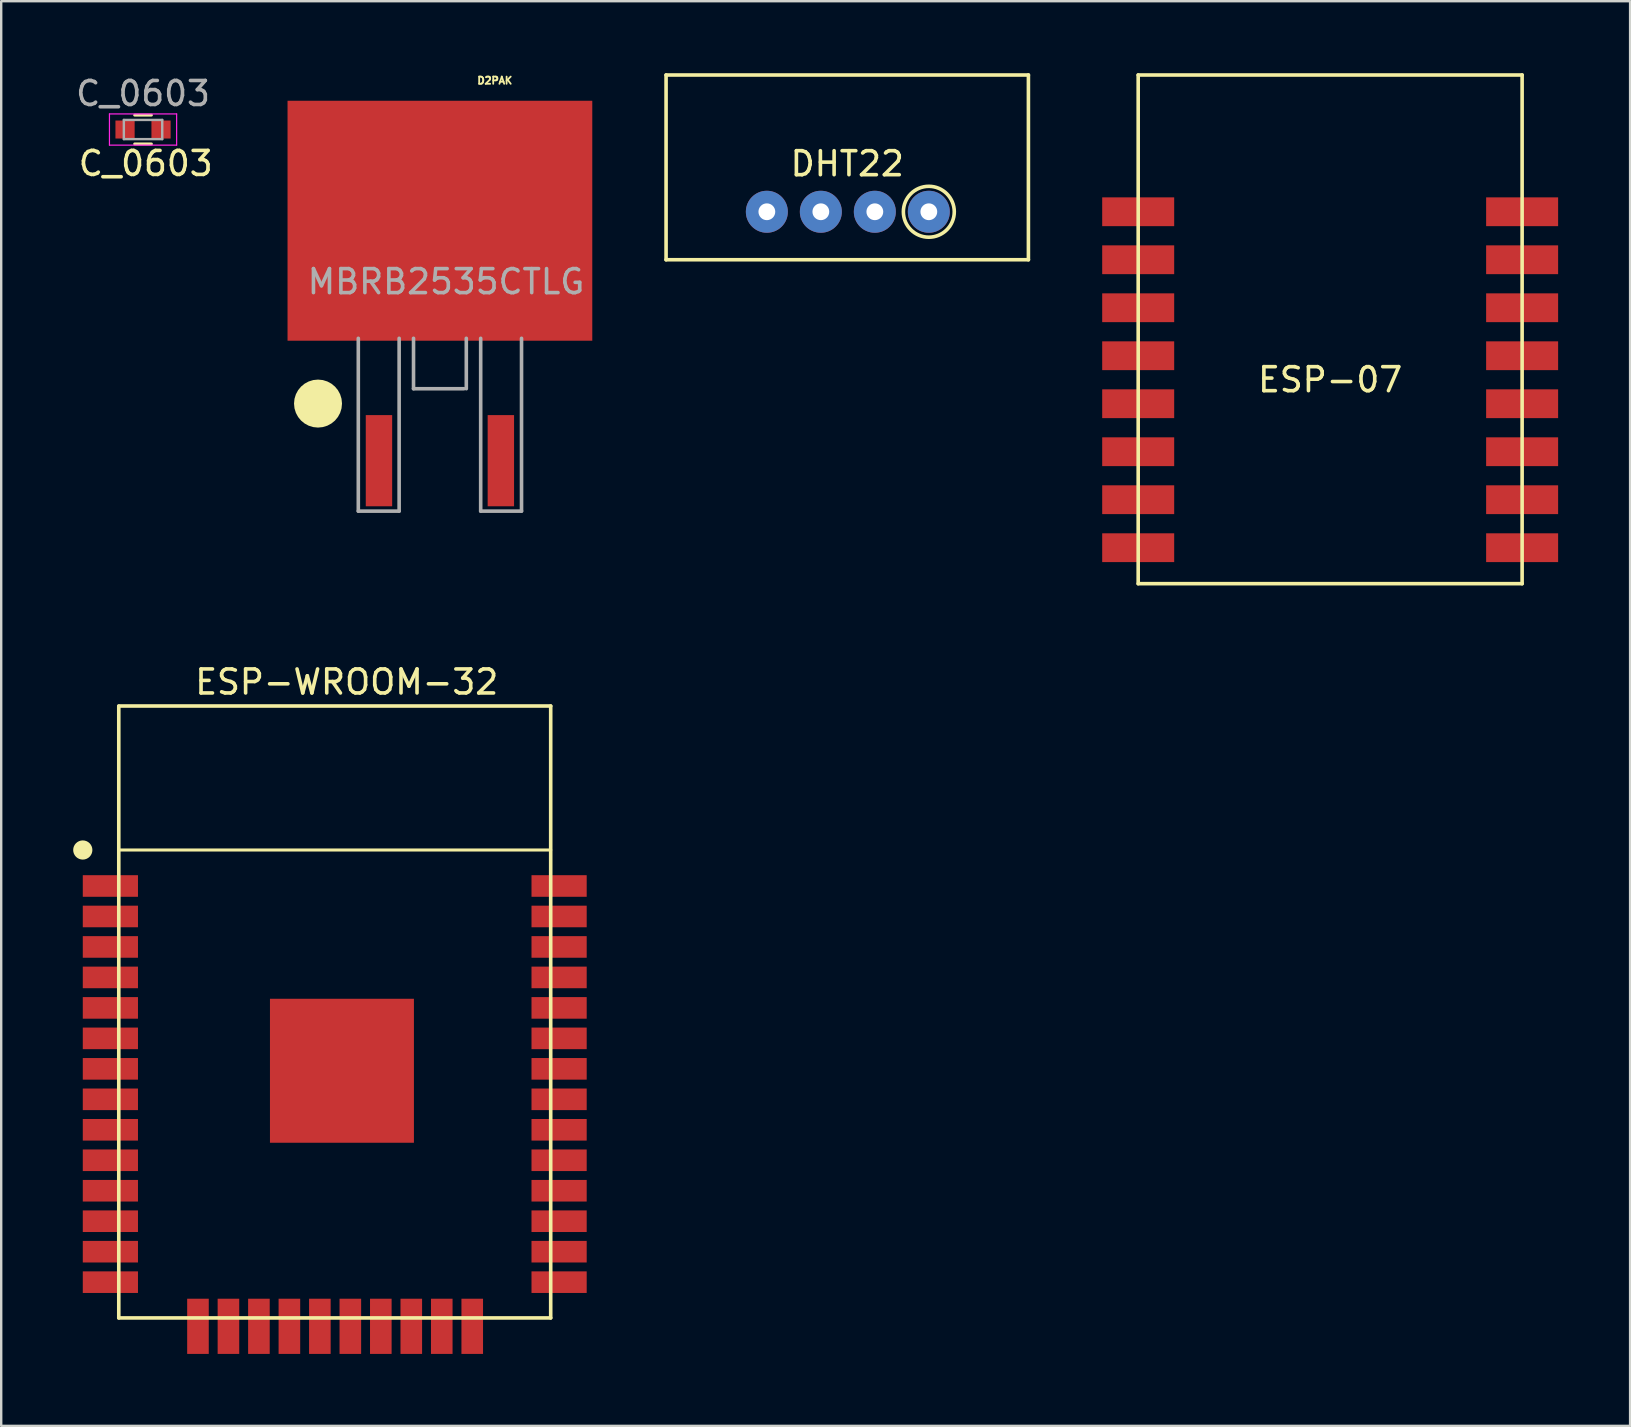
<source format=kicad_pcb>
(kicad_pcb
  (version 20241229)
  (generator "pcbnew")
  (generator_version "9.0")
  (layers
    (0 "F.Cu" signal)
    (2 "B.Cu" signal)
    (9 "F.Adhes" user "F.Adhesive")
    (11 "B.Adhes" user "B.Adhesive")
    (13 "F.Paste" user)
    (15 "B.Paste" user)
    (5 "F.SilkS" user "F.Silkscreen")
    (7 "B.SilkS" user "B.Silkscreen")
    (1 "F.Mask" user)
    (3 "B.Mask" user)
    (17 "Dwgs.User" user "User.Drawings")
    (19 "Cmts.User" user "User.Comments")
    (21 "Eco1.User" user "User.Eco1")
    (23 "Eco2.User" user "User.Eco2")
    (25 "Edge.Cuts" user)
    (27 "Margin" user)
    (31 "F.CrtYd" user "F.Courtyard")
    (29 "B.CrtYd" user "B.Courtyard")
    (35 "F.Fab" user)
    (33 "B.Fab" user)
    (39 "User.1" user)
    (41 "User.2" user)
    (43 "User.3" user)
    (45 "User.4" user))
  (footprint "ESP-WROOM-32"
    (layer "F.Cu")
    (at 1.9 51.873)
    (property "Reference" "ESP-WROOM-32" (at 9.5 -26.5 0) (layer "F.SilkS") (effects (font (size 1 1) (thickness 0.15))))
    (attr through_hole)
    (fp_line (start 0 -25.5) (end 18 -25.5) (stroke (width 0.15) (type solid)) (layer "F.SilkS"))
    (fp_line (start 0 -19.5) (end 18 -19.5) (stroke (width 0.127) (type solid)) (layer "F.SilkS"))
    (fp_line (start 0 0) (end 0 -25.493) (stroke (width 0.15) (type solid)) (layer "F.SilkS"))
    (fp_line (start 18 -25.5) (end 18 0) (stroke (width 0.15) (type solid)) (layer "F.SilkS"))
    (fp_line (start 18 0) (end 0 0) (stroke (width 0.15) (type solid)) (layer "F.SilkS"))
    (fp_circle (center -1.5 -19.5) (end -1.3 -19.5) (stroke (width 0.4) (type solid)) (fill no) (layer "F.SilkS"))
    (pad "1" smd rect (at 0 -18) (size 2.3 0.9) (drill (offset -0.35 0)) (layers "F.Cu" "F.Mask" "F.Paste"))
    (pad "2" smd rect (at 0 -16.73) (size 2.3 0.9) (drill (offset -0.35 0)) (layers "F.Cu" "F.Mask" "F.Paste"))
    (pad "3" smd rect (at 0 -15.46) (size 2.3 0.9) (drill (offset -0.35 0)) (layers "F.Cu" "F.Mask" "F.Paste"))
    (pad "4" smd rect (at 0 -14.19) (size 2.3 0.9) (drill (offset -0.35 0)) (layers "F.Cu" "F.Mask" "F.Paste"))
    (pad "5" smd rect (at 0 -12.92) (size 2.3 0.9) (drill (offset -0.35 0)) (layers "F.Cu" "F.Mask" "F.Paste"))
    (pad "6" smd rect (at 0 -11.65) (size 2.3 0.9) (drill (offset -0.35 0)) (layers "F.Cu" "F.Mask" "F.Paste"))
    (pad "7" smd rect (at 0 -10.38) (size 2.3 0.9) (drill (offset -0.35 0)) (layers "F.Cu" "F.Mask" "F.Paste"))
    (pad "8" smd rect (at 0 -9.11) (size 2.3 0.9) (drill (offset -0.35 0)) (layers "F.Cu" "F.Mask" "F.Paste"))
    (pad "9" smd rect (at 0 -7.84) (size 2.3 0.9) (drill (offset -0.35 0)) (layers "F.Cu" "F.Mask" "F.Paste"))
    (pad "10" smd rect (at 0 -6.57) (size 2.3 0.9) (drill (offset -0.35 0)) (layers "F.Cu" "F.Mask" "F.Paste"))
    (pad "11" smd rect (at 0 -5.3) (size 2.3 0.9) (drill (offset -0.35 0)) (layers "F.Cu" "F.Mask" "F.Paste"))
    (pad "12" smd rect (at 0 -4.03) (size 2.3 0.9) (drill (offset -0.35 0)) (layers "F.Cu" "F.Mask" "F.Paste"))
    (pad "13" smd rect (at 0 -2.76) (size 2.3 0.9) (drill (offset -0.35 0)) (layers "F.Cu" "F.Mask" "F.Paste"))
    (pad "14" smd rect (at 0 -1.49) (size 2.3 0.9) (drill (offset -0.35 0)) (layers "F.Cu" "F.Mask" "F.Paste"))
    (pad "15" smd rect (at 3.3 0 90) (size 2.3 0.9) (drill (offset -0.35 0)) (layers "F.Cu" "F.Mask" "F.Paste"))
    (pad "16" smd rect (at 4.57 0 90) (size 2.3 0.9) (drill (offset -0.35 0)) (layers "F.Cu" "F.Mask" "F.Paste"))
    (pad "17" smd rect (at 5.84 0 90) (size 2.3 0.9) (drill (offset -0.35 0)) (layers "F.Cu" "F.Mask" "F.Paste"))
    (pad "18" smd rect (at 7.11 0 90) (size 2.3 0.9) (drill (offset -0.35 0)) (layers "F.Cu" "F.Mask" "F.Paste"))
    (pad "19" smd rect (at 8.38 0 90) (size 2.3 0.9) (drill (offset -0.35 0)) (layers "F.Cu" "F.Mask" "F.Paste"))
    (pad "20" smd rect (at 9.65 0 90) (size 2.3 0.9) (drill (offset -0.35 0)) (layers "F.Cu" "F.Mask" "F.Paste"))
    (pad "21" smd rect (at 10.92 0 90) (size 2.3 0.9) (drill (offset -0.35 0)) (layers "F.Cu" "F.Mask" "F.Paste"))
    (pad "22" smd rect (at 12.19 0 90) (size 2.3 0.9) (drill (offset -0.35 0)) (layers "F.Cu" "F.Mask" "F.Paste"))
    (pad "23" smd rect (at 13.46 0 90) (size 2.3 0.9) (drill (offset -0.35 0)) (layers "F.Cu" "F.Mask" "F.Paste"))
    (pad "24" smd rect (at 14.73 0 90) (size 2.3 0.9) (drill (offset -0.35 0)) (layers "F.Cu" "F.Mask" "F.Paste"))
    (pad "25" smd rect (at 18 -1.49) (size 2.3 0.9) (drill (offset 0.35 0)) (layers "F.Cu" "F.Mask" "F.Paste"))
    (pad "26" smd rect (at 18 -2.76) (size 2.3 0.9) (drill (offset 0.35 0)) (layers "F.Cu" "F.Mask" "F.Paste"))
    (pad "27" smd rect (at 18 -4.03) (size 2.3 0.9) (drill (offset 0.35 0)) (layers "F.Cu" "F.Mask" "F.Paste"))
    (pad "28" smd rect (at 18 -5.3) (size 2.3 0.9) (drill (offset 0.35 0)) (layers "F.Cu" "F.Mask" "F.Paste"))
    (pad "29" smd rect (at 18 -6.57) (size 2.3 0.9) (drill (offset 0.35 0)) (layers "F.Cu" "F.Mask" "F.Paste"))
    (pad "30" smd rect (at 18 -7.84) (size 2.3 0.9) (drill (offset 0.35 0)) (layers "F.Cu" "F.Mask" "F.Paste"))
    (pad "31" smd rect (at 18 -9.11) (size 2.3 0.9) (drill (offset 0.35 0)) (layers "F.Cu" "F.Mask" "F.Paste"))
    (pad "32" smd rect (at 18 -10.38) (size 2.3 0.9) (drill (offset 0.35 0)) (layers "F.Cu" "F.Mask" "F.Paste"))
    (pad "33" smd rect (at 18 -11.65) (size 2.3 0.9) (drill (offset 0.35 0)) (layers "F.Cu" "F.Mask" "F.Paste"))
    (pad "34" smd rect (at 18 -12.92) (size 2.3 0.9) (drill (offset 0.35 0)) (layers "F.Cu" "F.Mask" "F.Paste"))
    (pad "35" smd rect (at 18 -14.19) (size 2.3 0.9) (drill (offset 0.35 0)) (layers "F.Cu" "F.Mask" "F.Paste"))
    (pad "36" smd rect (at 18 -15.46) (size 2.3 0.9) (drill (offset 0.35 0)) (layers "F.Cu" "F.Mask" "F.Paste"))
    (pad "37" smd rect (at 18 -16.73) (size 2.3 0.9) (drill (offset 0.35 0)) (layers "F.Cu" "F.Mask" "F.Paste"))
    (pad "38" smd rect (at 18 -18) (size 2.3 0.9) (drill (offset 0.35 0)) (layers "F.Cu" "F.Mask" "F.Paste"))
    (pad "39" smd rect (at 9.3 -10.3) (size 6 6) (layers "F.Cu" "F.Mask" "F.Paste")))
  (footprint "DHT22"
    (layer "F.Cu")
    (at 28.908 5.775)
    (property "Reference" "DHT22" (at 3.35 -2 0) (layer "F.SilkS") (effects (font (size 1 1) (thickness 0.15))))
    (attr through_hole)
    (fp_line (start -4.2 -5.7) (end -4.2 2) (stroke (width 0.15) (type solid)) (layer "F.SilkS"))
    (fp_line (start -4.2 -5.7) (end 10.9 -5.7) (stroke (width 0.15) (type solid)) (layer "F.SilkS"))
    (fp_line (start 10.9 -5.7) (end 10.9 2) (stroke (width 0.15) (type solid)) (layer "F.SilkS"))
    (fp_line (start 10.9 2) (end -4.2 2) (stroke (width 0.15) (type solid)) (layer "F.SilkS"))
    (fp_circle (center 6.75 0) (end 6 -0.75) (stroke (width 0.15) (type solid)) (fill no) (layer "F.SilkS"))
    (pad "1" thru_hole circle (at 6.75 0) (size 1.75 1.75) (drill 0.7) (layers "*.Cu" "*.Mask"))
    (pad "2" thru_hole circle (at 4.5 0) (size 1.75 1.75) (drill 0.7) (layers "*.Cu" "*.Mask"))
    (pad "3" thru_hole circle (at 2.25 0) (size 1.75 1.75) (drill 0.7) (layers "*.Cu" "*.Mask"))
    (pad "4" thru_hole circle (at 0 0) (size 1.75 1.75) (drill 0.7) (layers "*.Cu" "*.Mask")))
  (footprint "ESP-07"
    (layer "F.Cu")
    (at 44.383 21.275)
    (property "Reference" "ESP-07" (at 8 -8.5 0) (layer "F.SilkS") (effects (font (size 1 1) (thickness 0.15))))
    (attr through_hole)
    (fp_line (start 0 -21.2) (end 16 -21.2) (stroke (width 0.15) (type solid)) (layer "F.SilkS"))
    (fp_line (start 0 0) (end 0 -21.2) (stroke (width 0.15) (type solid)) (layer "F.SilkS"))
    (fp_line (start 16 -21.2) (end 16 0) (stroke (width 0.15) (type solid)) (layer "F.SilkS"))
    (fp_line (start 16 0) (end 0 0) (stroke (width 0.15) (type solid)) (layer "F.SilkS"))
    (pad "1" smd rect (at 0 -15.5) (size 3 1.2) (layers "F.Cu" "F.Mask" "F.Paste"))
    (pad "2" smd rect (at 0 -13.5) (size 3 1.2) (layers "F.Cu" "F.Mask" "F.Paste"))
    (pad "3" smd rect (at 0 -11.5) (size 3 1.2) (layers "F.Cu" "F.Mask" "F.Paste"))
    (pad "4" smd rect (at 0 -9.5) (size 3 1.2) (layers "F.Cu" "F.Mask" "F.Paste"))
    (pad "5" smd rect (at 0 -7.5) (size 3 1.2) (layers "F.Cu" "F.Mask" "F.Paste"))
    (pad "6" smd rect (at 0 -5.5) (size 3 1.2) (layers "F.Cu" "F.Mask" "F.Paste"))
    (pad "7" smd rect (at 0 -3.5) (size 3 1.2) (layers "F.Cu" "F.Mask" "F.Paste"))
    (pad "8" smd rect (at 0 -1.5) (size 3 1.2) (layers "F.Cu" "F.Mask" "F.Paste"))
    (pad "9" smd rect (at 16 -1.5) (size 3 1.2) (layers "F.Cu" "F.Mask" "F.Paste"))
    (pad "10" smd rect (at 16 -3.5) (size 3 1.2) (layers "F.Cu" "F.Mask" "F.Paste"))
    (pad "11" smd rect (at 16 -5.5) (size 3 1.2) (layers "F.Cu" "F.Mask" "F.Paste"))
    (pad "12" smd rect (at 16 -7.5) (size 3 1.2) (layers "F.Cu" "F.Mask" "F.Paste"))
    (pad "13" smd rect (at 16 -9.5) (size 3 1.2) (layers "F.Cu" "F.Mask" "F.Paste"))
    (pad "14" smd rect (at 16 -11.5) (size 3 1.2) (layers "F.Cu" "F.Mask" "F.Paste"))
    (pad "15" smd rect (at 16 -13.5) (size 3 1.2) (layers "F.Cu" "F.Mask" "F.Paste"))
    (pad "16" smd rect (at 16 -15.5) (size 3 1.2) (layers "F.Cu" "F.Mask" "F.Paste")))
  (footprint "C_0603"
    (layer "F.Cu")
    (at 2.911 2.348)
    (property "Reference" "C_0603" (at 0.112 1.416 0) (layer "F.SilkS") (effects (font (size 1 1) (thickness 0.15))))
    (attr smd)
    (fp_line (start -0.35 -0.6) (end 0.35 -0.6) (stroke (width 0.12) (type solid)) (layer "F.SilkS"))
    (fp_line (start 0.35 0.6) (end -0.35 0.6) (stroke (width 0.12) (type solid)) (layer "F.SilkS"))
    (fp_line (start -1.4 -0.65) (end -1.4 0.65) (stroke (width 0.05) (type solid)) (layer "F.CrtYd"))
    (fp_line (start -1.4 -0.65) (end 1.4 -0.65) (stroke (width 0.05) (type solid)) (layer "F.CrtYd"))
    (fp_line (start 1.4 0.65) (end -1.4 0.65) (stroke (width 0.05) (type solid)) (layer "F.CrtYd"))
    (fp_line (start 1.4 0.65) (end 1.4 -0.65) (stroke (width 0.05) (type solid)) (layer "F.CrtYd"))
    (fp_line (start -0.8 -0.4) (end 0.8 -0.4) (stroke (width 0.1) (type solid)) (layer "F.Fab"))
    (fp_line (start -0.8 0.4) (end -0.8 -0.4) (stroke (width 0.1) (type solid)) (layer "F.Fab"))
    (fp_line (start 0.8 -0.4) (end 0.8 0.4) (stroke (width 0.1) (type solid)) (layer "F.Fab"))
    (fp_line (start 0.8 0.4) (end -0.8 0.4) (stroke (width 0.1) (type solid)) (layer "F.Fab"))
    (fp_text user "${REFERENCE}" (at 0 -1.5 0) (layer "F.Fab") (effects (font (size 1 1) (thickness 0.15))))
    (pad "1" smd rect (at -0.75 0) (size 0.8 0.75) (layers "F.Cu" "F.Mask" "F.Paste"))
    (pad "2" smd rect (at 0.75 0) (size 0.8 0.75) (layers "F.Cu" "F.Mask" "F.Paste")))
  (footprint "D2PAK"
    (layer "F.Cu")
    (at 15.283 6.149)
    (property "Reference" "D2PAK" (at 2.286 -5.842 0) (layer "F.SilkS") (effects (font (size 0.3 0.3) (thickness 0.075))))
    (attr through_hole)
    (fp_circle (center -5.08 7.62) (end -5.58 7.62) (stroke (width 1) (type solid)) (fill no) (layer "F.SilkS"))
    (fp_line (start -3.401 12.101) (end -3.401 4.9) (stroke (width 0.15) (type solid)) (layer "F.Fab"))
    (fp_line (start -3.401 12.101) (end -1.699 12.101) (stroke (width 0.15) (type solid)) (layer "F.Fab"))
    (fp_line (start -1.699 12.101) (end -1.699 4.9) (stroke (width 0.15) (type solid)) (layer "F.Fab"))
    (fp_line (start -1.1 4.9) (end -1.1 7) (stroke (width 0.15) (type solid)) (layer "F.Fab"))
    (fp_line (start -1.1 7) (end 1.001 7) (stroke (width 0.15) (type solid)) (layer "F.Fab"))
    (fp_line (start 1.1 7) (end 1.1 4.9) (stroke (width 0.15) (type solid)) (layer "F.Fab"))
    (fp_line (start 1.699 12.101) (end 1.699 4.9) (stroke (width 0.15) (type solid)) (layer "F.Fab"))
    (fp_line (start 1.699 12.101) (end 3.401 12.101) (stroke (width 0.15) (type solid)) (layer "F.Fab"))
    (fp_line (start 3.401 12.101) (end 3.401 4.9) (stroke (width 0.15) (type solid)) (layer "F.Fab"))
    (fp_text user "MBRB2535CTLG" (at 0.254 2.54 0) (layer "F.Fab") (effects (font (size 1 1) (thickness 0.15))))
    (pad "1" smd rect (at -2.54 10) (size 1.1 3.8) (layers "F.Cu" "F.Mask" "F.Paste"))
    (pad "3" smd rect (at 2.54 10) (size 1.1 3.8) (layers "F.Cu" "F.Mask" "F.Paste"))
    (pad "4" smd rect (at 0 0) (size 12.7 10) (layers "F.Cu" "F.Mask" "F.Paste")))
  (gr_rect
    (start -3 -3)
    (end 64.883 56.373)
    (stroke (width 0.1) (type default))
    (fill no)
    (layer "Edge.Cuts")))
</source>
